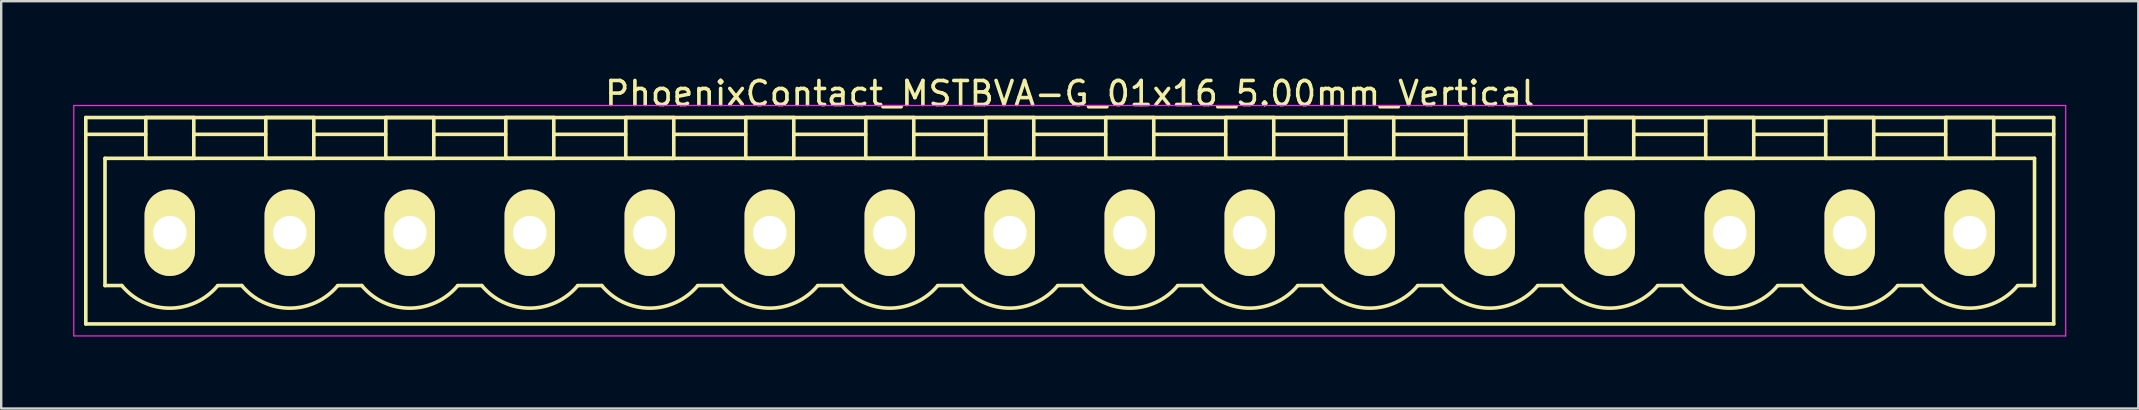
<source format=kicad_pcb>
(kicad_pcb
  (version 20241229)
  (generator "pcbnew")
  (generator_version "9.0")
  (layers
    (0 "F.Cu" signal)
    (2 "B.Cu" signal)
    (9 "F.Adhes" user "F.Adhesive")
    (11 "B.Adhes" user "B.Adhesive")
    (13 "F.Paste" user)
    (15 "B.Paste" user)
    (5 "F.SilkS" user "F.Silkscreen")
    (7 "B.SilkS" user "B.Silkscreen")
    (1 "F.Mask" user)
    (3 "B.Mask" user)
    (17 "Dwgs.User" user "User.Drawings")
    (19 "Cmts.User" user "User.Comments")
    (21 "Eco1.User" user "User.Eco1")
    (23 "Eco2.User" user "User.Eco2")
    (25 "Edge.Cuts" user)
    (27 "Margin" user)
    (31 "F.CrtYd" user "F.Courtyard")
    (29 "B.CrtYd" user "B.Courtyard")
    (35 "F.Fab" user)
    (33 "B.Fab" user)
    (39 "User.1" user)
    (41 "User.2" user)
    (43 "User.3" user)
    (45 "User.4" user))
  (footprint "PhoenixContact_MSTBVA-G_01x16_5.00mm_Vertical"
    (layer "F.Cu")
    (at 4.025 6.648)
    (property "Reference" "PhoenixContact_MSTBVA-G_01x16_5.00mm_Vertical" (at 37.5 -5.8 0) (layer "F.SilkS") (effects (font (size 1 1) (thickness 0.15))))
    (attr through_hole)
    (fp_line (start -3.5 -4.8) (end -3.5 3.8) (stroke (width 0.15) (type solid)) (layer "F.SilkS"))
    (fp_line (start -3.5 -4.1) (end -1 -4.1) (stroke (width 0.15) (type solid)) (layer "F.SilkS"))
    (fp_line (start -3.5 3.8) (end 78.5 3.8) (stroke (width 0.15) (type solid)) (layer "F.SilkS"))
    (fp_line (start -2.7 -3.1) (end 77.7 -3.1) (stroke (width 0.15) (type solid)) (layer "F.SilkS"))
    (fp_line (start -2.7 2.2) (end -2.7 -3.1) (stroke (width 0.15) (type solid)) (layer "F.SilkS"))
    (fp_line (start -2 2.2) (end -2.7 2.2) (stroke (width 0.15) (type solid)) (layer "F.SilkS"))
    (fp_line (start -1 -4.8) (end 1 -4.8) (stroke (width 0.15) (type solid)) (layer "F.SilkS"))
    (fp_line (start -1 -3.1) (end -1 -4.8) (stroke (width 0.15) (type solid)) (layer "F.SilkS"))
    (fp_line (start 1 -4.8) (end 1 -3.1) (stroke (width 0.15) (type solid)) (layer "F.SilkS"))
    (fp_line (start 1 -4.1) (end 4 -4.1) (stroke (width 0.15) (type solid)) (layer "F.SilkS"))
    (fp_line (start 1 -3.1) (end -1 -3.1) (stroke (width 0.15) (type solid)) (layer "F.SilkS"))
    (fp_line (start 2 2.2) (end 3 2.2) (stroke (width 0.15) (type solid)) (layer "F.SilkS"))
    (fp_line (start 4 -4.8) (end 6 -4.8) (stroke (width 0.15) (type solid)) (layer "F.SilkS"))
    (fp_line (start 4 -3.1) (end 4 -4.8) (stroke (width 0.15) (type solid)) (layer "F.SilkS"))
    (fp_line (start 6 -4.8) (end 6 -3.1) (stroke (width 0.15) (type solid)) (layer "F.SilkS"))
    (fp_line (start 6 -4.1) (end 9 -4.1) (stroke (width 0.15) (type solid)) (layer "F.SilkS"))
    (fp_line (start 6 -3.1) (end 4 -3.1) (stroke (width 0.15) (type solid)) (layer "F.SilkS"))
    (fp_line (start 7 2.2) (end 8 2.2) (stroke (width 0.15) (type solid)) (layer "F.SilkS"))
    (fp_line (start 9 -4.8) (end 11 -4.8) (stroke (width 0.15) (type solid)) (layer "F.SilkS"))
    (fp_line (start 9 -3.1) (end 9 -4.8) (stroke (width 0.15) (type solid)) (layer "F.SilkS"))
    (fp_line (start 11 -4.8) (end 11 -3.1) (stroke (width 0.15) (type solid)) (layer "F.SilkS"))
    (fp_line (start 11 -4.1) (end 14 -4.1) (stroke (width 0.15) (type solid)) (layer "F.SilkS"))
    (fp_line (start 11 -3.1) (end 9 -3.1) (stroke (width 0.15) (type solid)) (layer "F.SilkS"))
    (fp_line (start 12 2.2) (end 13 2.2) (stroke (width 0.15) (type solid)) (layer "F.SilkS"))
    (fp_line (start 14 -4.8) (end 16 -4.8) (stroke (width 0.15) (type solid)) (layer "F.SilkS"))
    (fp_line (start 14 -3.1) (end 14 -4.8) (stroke (width 0.15) (type solid)) (layer "F.SilkS"))
    (fp_line (start 16 -4.8) (end 16 -3.1) (stroke (width 0.15) (type solid)) (layer "F.SilkS"))
    (fp_line (start 16 -4.1) (end 19 -4.1) (stroke (width 0.15) (type solid)) (layer "F.SilkS"))
    (fp_line (start 16 -3.1) (end 14 -3.1) (stroke (width 0.15) (type solid)) (layer "F.SilkS"))
    (fp_line (start 17 2.2) (end 18 2.2) (stroke (width 0.15) (type solid)) (layer "F.SilkS"))
    (fp_line (start 19 -4.8) (end 21 -4.8) (stroke (width 0.15) (type solid)) (layer "F.SilkS"))
    (fp_line (start 19 -3.1) (end 19 -4.8) (stroke (width 0.15) (type solid)) (layer "F.SilkS"))
    (fp_line (start 21 -4.8) (end 21 -3.1) (stroke (width 0.15) (type solid)) (layer "F.SilkS"))
    (fp_line (start 21 -4.1) (end 24 -4.1) (stroke (width 0.15) (type solid)) (layer "F.SilkS"))
    (fp_line (start 21 -3.1) (end 19 -3.1) (stroke (width 0.15) (type solid)) (layer "F.SilkS"))
    (fp_line (start 22 2.2) (end 23 2.2) (stroke (width 0.15) (type solid)) (layer "F.SilkS"))
    (fp_line (start 24 -4.8) (end 26 -4.8) (stroke (width 0.15) (type solid)) (layer "F.SilkS"))
    (fp_line (start 24 -3.1) (end 24 -4.8) (stroke (width 0.15) (type solid)) (layer "F.SilkS"))
    (fp_line (start 26 -4.8) (end 26 -3.1) (stroke (width 0.15) (type solid)) (layer "F.SilkS"))
    (fp_line (start 26 -4.1) (end 29 -4.1) (stroke (width 0.15) (type solid)) (layer "F.SilkS"))
    (fp_line (start 26 -3.1) (end 24 -3.1) (stroke (width 0.15) (type solid)) (layer "F.SilkS"))
    (fp_line (start 27 2.2) (end 28 2.2) (stroke (width 0.15) (type solid)) (layer "F.SilkS"))
    (fp_line (start 29 -4.8) (end 31 -4.8) (stroke (width 0.15) (type solid)) (layer "F.SilkS"))
    (fp_line (start 29 -3.1) (end 29 -4.8) (stroke (width 0.15) (type solid)) (layer "F.SilkS"))
    (fp_line (start 31 -4.8) (end 31 -3.1) (stroke (width 0.15) (type solid)) (layer "F.SilkS"))
    (fp_line (start 31 -4.1) (end 34 -4.1) (stroke (width 0.15) (type solid)) (layer "F.SilkS"))
    (fp_line (start 31 -3.1) (end 29 -3.1) (stroke (width 0.15) (type solid)) (layer "F.SilkS"))
    (fp_line (start 32 2.2) (end 33 2.2) (stroke (width 0.15) (type solid)) (layer "F.SilkS"))
    (fp_line (start 34 -4.8) (end 36 -4.8) (stroke (width 0.15) (type solid)) (layer "F.SilkS"))
    (fp_line (start 34 -3.1) (end 34 -4.8) (stroke (width 0.15) (type solid)) (layer "F.SilkS"))
    (fp_line (start 36 -4.8) (end 36 -3.1) (stroke (width 0.15) (type solid)) (layer "F.SilkS"))
    (fp_line (start 36 -4.1) (end 39 -4.1) (stroke (width 0.15) (type solid)) (layer "F.SilkS"))
    (fp_line (start 36 -3.1) (end 34 -3.1) (stroke (width 0.15) (type solid)) (layer "F.SilkS"))
    (fp_line (start 37 2.2) (end 38 2.2) (stroke (width 0.15) (type solid)) (layer "F.SilkS"))
    (fp_line (start 39 -4.8) (end 41 -4.8) (stroke (width 0.15) (type solid)) (layer "F.SilkS"))
    (fp_line (start 39 -3.1) (end 39 -4.8) (stroke (width 0.15) (type solid)) (layer "F.SilkS"))
    (fp_line (start 41 -4.8) (end 41 -3.1) (stroke (width 0.15) (type solid)) (layer "F.SilkS"))
    (fp_line (start 41 -4.1) (end 44 -4.1) (stroke (width 0.15) (type solid)) (layer "F.SilkS"))
    (fp_line (start 41 -3.1) (end 39 -3.1) (stroke (width 0.15) (type solid)) (layer "F.SilkS"))
    (fp_line (start 42 2.2) (end 43 2.2) (stroke (width 0.15) (type solid)) (layer "F.SilkS"))
    (fp_line (start 44 -4.8) (end 46 -4.8) (stroke (width 0.15) (type solid)) (layer "F.SilkS"))
    (fp_line (start 44 -3.1) (end 44 -4.8) (stroke (width 0.15) (type solid)) (layer "F.SilkS"))
    (fp_line (start 46 -4.8) (end 46 -3.1) (stroke (width 0.15) (type solid)) (layer "F.SilkS"))
    (fp_line (start 46 -4.1) (end 49 -4.1) (stroke (width 0.15) (type solid)) (layer "F.SilkS"))
    (fp_line (start 46 -3.1) (end 44 -3.1) (stroke (width 0.15) (type solid)) (layer "F.SilkS"))
    (fp_line (start 47 2.2) (end 48 2.2) (stroke (width 0.15) (type solid)) (layer "F.SilkS"))
    (fp_line (start 49 -4.8) (end 51 -4.8) (stroke (width 0.15) (type solid)) (layer "F.SilkS"))
    (fp_line (start 49 -3.1) (end 49 -4.8) (stroke (width 0.15) (type solid)) (layer "F.SilkS"))
    (fp_line (start 51 -4.8) (end 51 -3.1) (stroke (width 0.15) (type solid)) (layer "F.SilkS"))
    (fp_line (start 51 -4.1) (end 54 -4.1) (stroke (width 0.15) (type solid)) (layer "F.SilkS"))
    (fp_line (start 51 -3.1) (end 49 -3.1) (stroke (width 0.15) (type solid)) (layer "F.SilkS"))
    (fp_line (start 52 2.2) (end 53 2.2) (stroke (width 0.15) (type solid)) (layer "F.SilkS"))
    (fp_line (start 54 -4.8) (end 56 -4.8) (stroke (width 0.15) (type solid)) (layer "F.SilkS"))
    (fp_line (start 54 -3.1) (end 54 -4.8) (stroke (width 0.15) (type solid)) (layer "F.SilkS"))
    (fp_line (start 56 -4.8) (end 56 -3.1) (stroke (width 0.15) (type solid)) (layer "F.SilkS"))
    (fp_line (start 56 -4.1) (end 59 -4.1) (stroke (width 0.15) (type solid)) (layer "F.SilkS"))
    (fp_line (start 56 -3.1) (end 54 -3.1) (stroke (width 0.15) (type solid)) (layer "F.SilkS"))
    (fp_line (start 57 2.2) (end 58 2.2) (stroke (width 0.15) (type solid)) (layer "F.SilkS"))
    (fp_line (start 59 -4.8) (end 61 -4.8) (stroke (width 0.15) (type solid)) (layer "F.SilkS"))
    (fp_line (start 59 -3.1) (end 59 -4.8) (stroke (width 0.15) (type solid)) (layer "F.SilkS"))
    (fp_line (start 61 -4.8) (end 61 -3.1) (stroke (width 0.15) (type solid)) (layer "F.SilkS"))
    (fp_line (start 61 -4.1) (end 64 -4.1) (stroke (width 0.15) (type solid)) (layer "F.SilkS"))
    (fp_line (start 61 -3.1) (end 59 -3.1) (stroke (width 0.15) (type solid)) (layer "F.SilkS"))
    (fp_line (start 62 2.2) (end 63 2.2) (stroke (width 0.15) (type solid)) (layer "F.SilkS"))
    (fp_line (start 64 -4.8) (end 66 -4.8) (stroke (width 0.15) (type solid)) (layer "F.SilkS"))
    (fp_line (start 64 -3.1) (end 64 -4.8) (stroke (width 0.15) (type solid)) (layer "F.SilkS"))
    (fp_line (start 66 -4.8) (end 66 -3.1) (stroke (width 0.15) (type solid)) (layer "F.SilkS"))
    (fp_line (start 66 -4.1) (end 69 -4.1) (stroke (width 0.15) (type solid)) (layer "F.SilkS"))
    (fp_line (start 66 -3.1) (end 64 -3.1) (stroke (width 0.15) (type solid)) (layer "F.SilkS"))
    (fp_line (start 67 2.2) (end 68 2.2) (stroke (width 0.15) (type solid)) (layer "F.SilkS"))
    (fp_line (start 69 -4.8) (end 71 -4.8) (stroke (width 0.15) (type solid)) (layer "F.SilkS"))
    (fp_line (start 69 -3.1) (end 69 -4.8) (stroke (width 0.15) (type solid)) (layer "F.SilkS"))
    (fp_line (start 71 -4.8) (end 71 -3.1) (stroke (width 0.15) (type solid)) (layer "F.SilkS"))
    (fp_line (start 71 -4.1) (end 74 -4.1) (stroke (width 0.15) (type solid)) (layer "F.SilkS"))
    (fp_line (start 71 -3.1) (end 69 -3.1) (stroke (width 0.15) (type solid)) (layer "F.SilkS"))
    (fp_line (start 72 2.2) (end 73 2.2) (stroke (width 0.15) (type solid)) (layer "F.SilkS"))
    (fp_line (start 74 -4.8) (end 76 -4.8) (stroke (width 0.15) (type solid)) (layer "F.SilkS"))
    (fp_line (start 74 -3.1) (end 74 -4.8) (stroke (width 0.15) (type solid)) (layer "F.SilkS"))
    (fp_line (start 76 -4.8) (end 76 -3.1) (stroke (width 0.15) (type solid)) (layer "F.SilkS"))
    (fp_line (start 76 -3.1) (end 74 -3.1) (stroke (width 0.15) (type solid)) (layer "F.SilkS"))
    (fp_line (start 77.7 -3.1) (end 77.7 2.2) (stroke (width 0.15) (type solid)) (layer "F.SilkS"))
    (fp_line (start 77.7 2.2) (end 77 2.2) (stroke (width 0.15) (type solid)) (layer "F.SilkS"))
    (fp_line (start 78.5 -4.8) (end -3.5 -4.8) (stroke (width 0.15) (type solid)) (layer "F.SilkS"))
    (fp_line (start 78.5 -4.1) (end 76 -4.1) (stroke (width 0.15) (type solid)) (layer "F.SilkS"))
    (fp_line (start 78.5 3.8) (end 78.5 -4.8) (stroke (width 0.15) (type solid)) (layer "F.SilkS"))
    (fp_arc (start 1.986842 2.215821) (mid -0.010289 3.142758) (end -2 2.2) (stroke (width 0.15) (type solid)) (layer "F.SilkS"))
    (fp_arc (start 6.986842 2.215821) (mid 4.989711 3.142758) (end 3 2.2) (stroke (width 0.15) (type solid)) (layer "F.SilkS"))
    (fp_arc (start 11.986842 2.215821) (mid 9.989711 3.142758) (end 8 2.2) (stroke (width 0.15) (type solid)) (layer "F.SilkS"))
    (fp_arc (start 16.986842 2.215821) (mid 14.989711 3.142758) (end 13 2.2) (stroke (width 0.15) (type solid)) (layer "F.SilkS"))
    (fp_arc (start 21.986842 2.215821) (mid 19.989711 3.142758) (end 18 2.2) (stroke (width 0.15) (type solid)) (layer "F.SilkS"))
    (fp_arc (start 26.986842 2.215821) (mid 24.989711 3.142758) (end 23 2.2) (stroke (width 0.15) (type solid)) (layer "F.SilkS"))
    (fp_arc (start 31.986842 2.215821) (mid 29.989711 3.142758) (end 28 2.2) (stroke (width 0.15) (type solid)) (layer "F.SilkS"))
    (fp_arc (start 36.986842 2.215821) (mid 34.989711 3.142758) (end 33 2.2) (stroke (width 0.15) (type solid)) (layer "F.SilkS"))
    (fp_arc (start 41.986842 2.215821) (mid 39.989711 3.142758) (end 38 2.2) (stroke (width 0.15) (type solid)) (layer "F.SilkS"))
    (fp_arc (start 46.986842 2.215821) (mid 44.989711 3.142758) (end 43 2.2) (stroke (width 0.15) (type solid)) (layer "F.SilkS"))
    (fp_arc (start 51.986842 2.215821) (mid 49.989711 3.142758) (end 48 2.2) (stroke (width 0.15) (type solid)) (layer "F.SilkS"))
    (fp_arc (start 56.986842 2.215821) (mid 54.989711 3.142758) (end 53 2.2) (stroke (width 0.15) (type solid)) (layer "F.SilkS"))
    (fp_arc (start 61.986842 2.215821) (mid 59.989711 3.142758) (end 58 2.2) (stroke (width 0.15) (type solid)) (layer "F.SilkS"))
    (fp_arc (start 66.986842 2.215821) (mid 64.989711 3.142758) (end 63 2.2) (stroke (width 0.15) (type solid)) (layer "F.SilkS"))
    (fp_arc (start 71.986842 2.215821) (mid 69.989711 3.142758) (end 68 2.2) (stroke (width 0.15) (type solid)) (layer "F.SilkS"))
    (fp_arc (start 76.986842 2.215821) (mid 74.989711 3.142758) (end 73 2.2) (stroke (width 0.15) (type solid)) (layer "F.SilkS"))
    (fp_line (start -4 -5.3) (end -4 4.3) (stroke (width 0.05) (type solid)) (layer "F.CrtYd"))
    (fp_line (start -4 4.3) (end 79 4.3) (stroke (width 0.05) (type solid)) (layer "F.CrtYd"))
    (fp_line (start 79 -5.3) (end -4 -5.3) (stroke (width 0.05) (type solid)) (layer "F.CrtYd"))
    (fp_line (start 79 4.3) (end 79 -5.3) (stroke (width 0.05) (type solid)) (layer "F.CrtYd"))
    (pad "1" thru_hole oval (at 0 0) (size 2.1 3.6) (drill 1.4) (layers "*.Cu" "*.Mask" "F.SilkS"))
    (pad "2" thru_hole oval (at 5 0) (size 2.1 3.6) (drill 1.4) (layers "*.Cu" "*.Mask" "F.SilkS"))
    (pad "3" thru_hole oval (at 10 0) (size 2.1 3.6) (drill 1.4) (layers "*.Cu" "*.Mask" "F.SilkS"))
    (pad "4" thru_hole oval (at 15 0) (size 2.1 3.6) (drill 1.4) (layers "*.Cu" "*.Mask" "F.SilkS"))
    (pad "5" thru_hole oval (at 20 0) (size 2.1 3.6) (drill 1.4) (layers "*.Cu" "*.Mask" "F.SilkS"))
    (pad "6" thru_hole oval (at 25 0) (size 2.1 3.6) (drill 1.4) (layers "*.Cu" "*.Mask" "F.SilkS"))
    (pad "7" thru_hole oval (at 30 0) (size 2.1 3.6) (drill 1.4) (layers "*.Cu" "*.Mask" "F.SilkS"))
    (pad "8" thru_hole oval (at 35 0) (size 2.1 3.6) (drill 1.4) (layers "*.Cu" "*.Mask" "F.SilkS"))
    (pad "9" thru_hole oval (at 40 0) (size 2.1 3.6) (drill 1.4) (layers "*.Cu" "*.Mask" "F.SilkS"))
    (pad "10" thru_hole oval (at 45 0) (size 2.1 3.6) (drill 1.4) (layers "*.Cu" "*.Mask" "F.SilkS"))
    (pad "11" thru_hole oval (at 50 0) (size 2.1 3.6) (drill 1.4) (layers "*.Cu" "*.Mask" "F.SilkS"))
    (pad "12" thru_hole oval (at 55 0) (size 2.1 3.6) (drill 1.4) (layers "*.Cu" "*.Mask" "F.SilkS"))
    (pad "13" thru_hole oval (at 60 0) (size 2.1 3.6) (drill 1.4) (layers "*.Cu" "*.Mask" "F.SilkS"))
    (pad "14" thru_hole oval (at 65 0) (size 2.1 3.6) (drill 1.4) (layers "*.Cu" "*.Mask" "F.SilkS"))
    (pad "15" thru_hole oval (at 70 0) (size 2.1 3.6) (drill 1.4) (layers "*.Cu" "*.Mask" "F.SilkS"))
    (pad "16" thru_hole oval (at 75 0) (size 2.1 3.6) (drill 1.4) (layers "*.Cu" "*.Mask" "F.SilkS")))
  (gr_rect
    (start -3 -3)
    (end 86.05 13.973)
    (stroke (width 0.1) (type default))
    (fill no)
    (layer "Edge.Cuts")))
</source>
